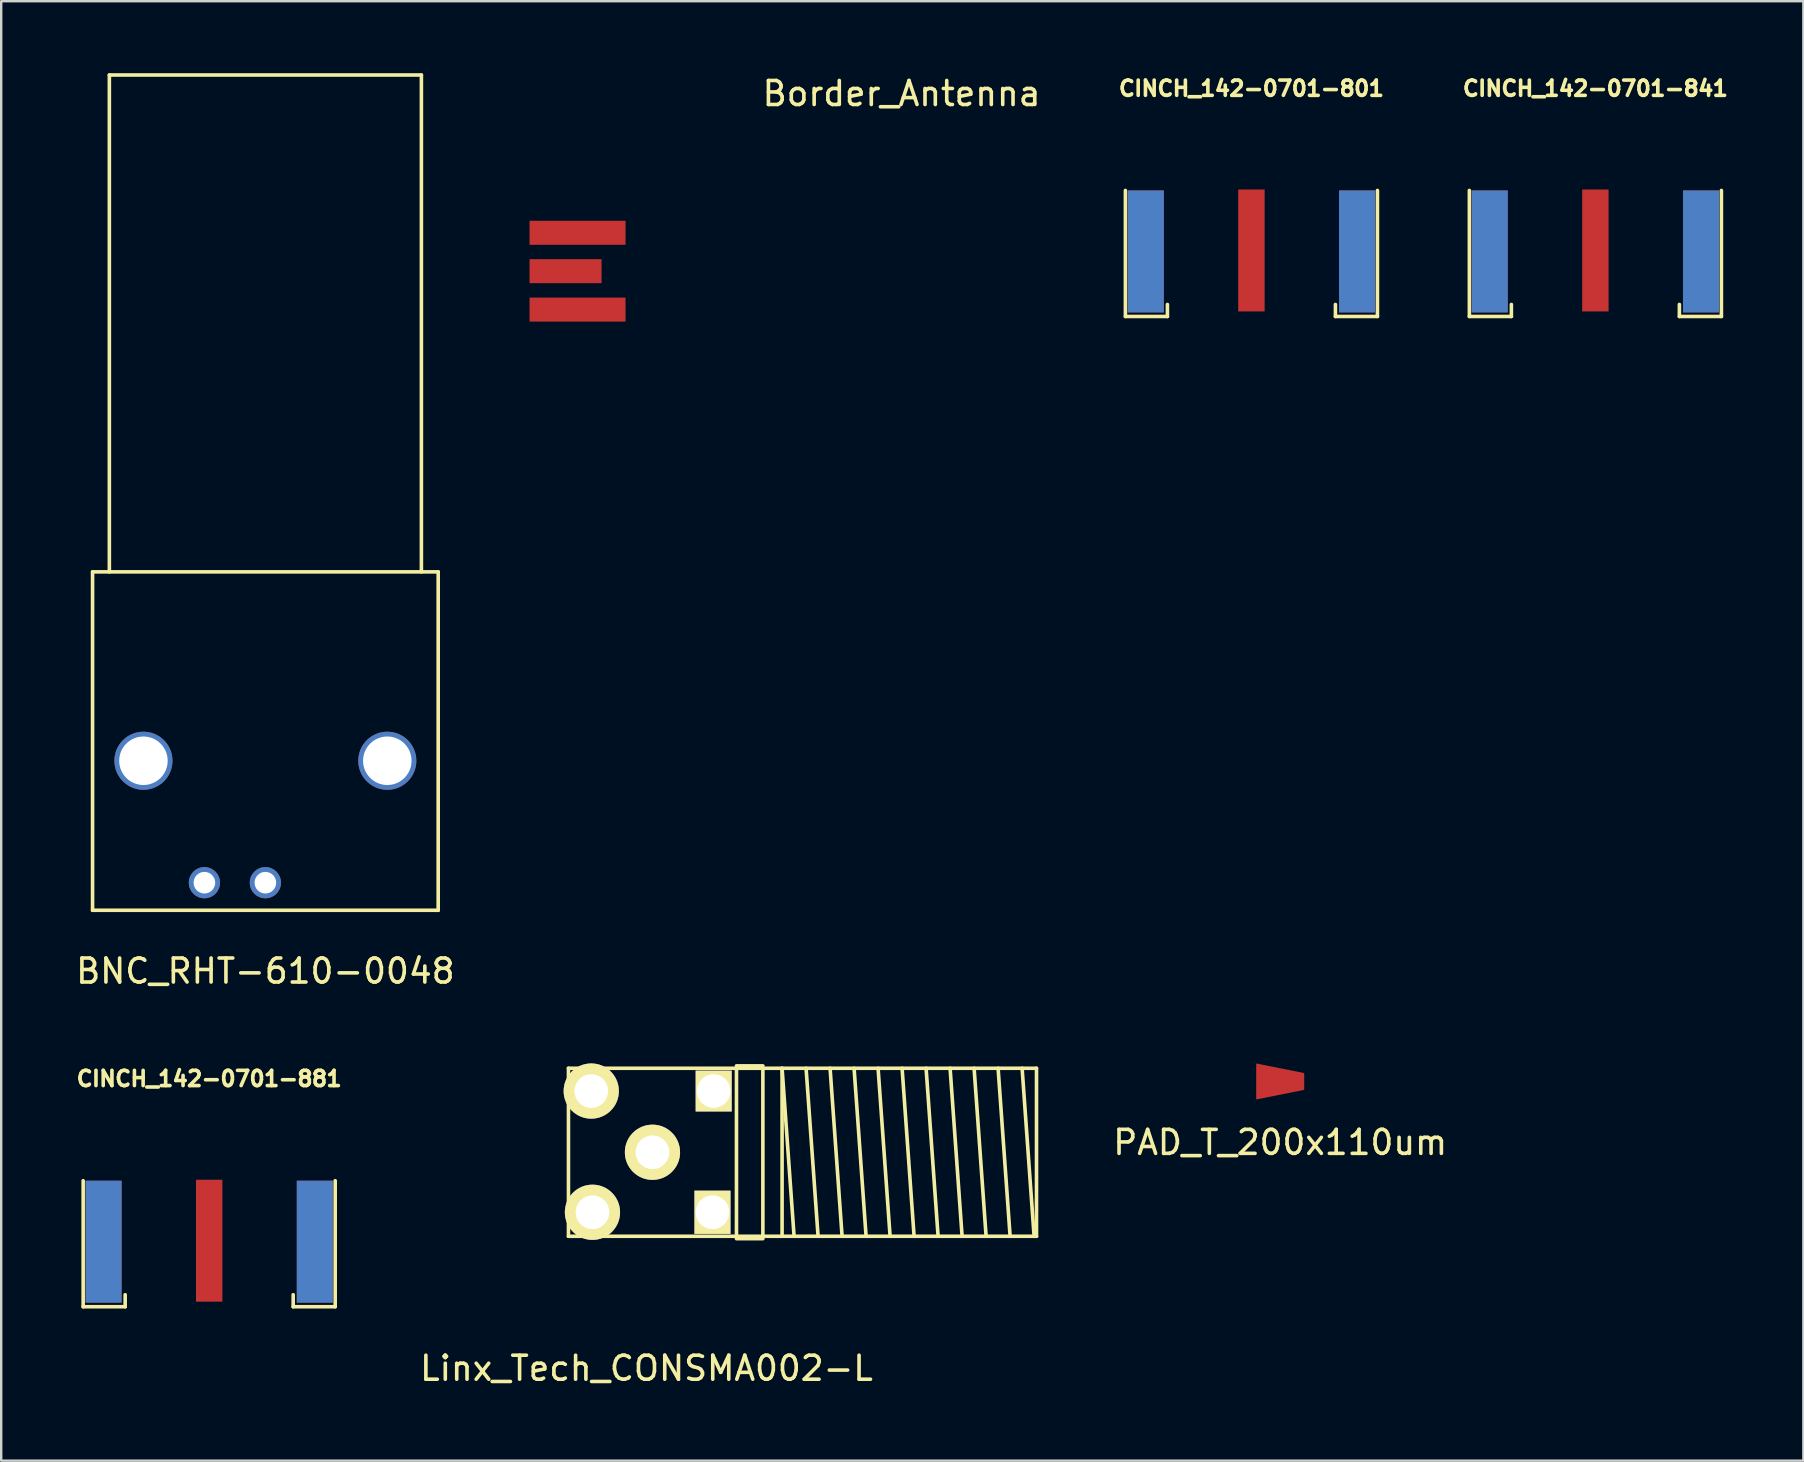
<source format=kicad_pcb>
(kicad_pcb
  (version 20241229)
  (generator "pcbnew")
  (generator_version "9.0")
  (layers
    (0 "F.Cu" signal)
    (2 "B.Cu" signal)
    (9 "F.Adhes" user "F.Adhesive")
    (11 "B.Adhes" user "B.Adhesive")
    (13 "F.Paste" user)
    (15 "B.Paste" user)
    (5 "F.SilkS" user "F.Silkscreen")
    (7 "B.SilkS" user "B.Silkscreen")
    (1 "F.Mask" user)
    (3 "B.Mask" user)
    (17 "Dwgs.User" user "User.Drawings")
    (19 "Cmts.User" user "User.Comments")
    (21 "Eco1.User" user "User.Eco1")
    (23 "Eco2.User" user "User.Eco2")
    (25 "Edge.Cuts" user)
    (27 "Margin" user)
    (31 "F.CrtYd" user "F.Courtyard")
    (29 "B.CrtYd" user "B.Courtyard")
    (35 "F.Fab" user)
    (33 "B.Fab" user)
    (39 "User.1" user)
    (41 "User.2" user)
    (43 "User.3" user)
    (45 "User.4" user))
  (footprint "CINCH_142-0701-801"
    (layer "F.Cu")
    (at 49.087 4.885)
    (property "Reference" "CINCH_142-0701-801" (at 0 -4.25 0) (layer "F.SilkS") (effects (font (size 0.635 0.635) (thickness 0.15))))
    (attr through_hole)
    (fp_line (start -5.25 5.25) (end -5.25 0) (stroke (width 0.15) (type solid)) (layer "F.SilkS"))
    (fp_line (start -5.25 5.25) (end -3.5 5.25) (stroke (width 0.15) (type solid)) (layer "F.SilkS"))
    (fp_line (start -3.5 5.25) (end -3.5 4.75) (stroke (width 0.15) (type solid)) (layer "F.SilkS"))
    (fp_line (start 3.5 4.75) (end 3.5 5.25) (stroke (width 0.15) (type solid)) (layer "F.SilkS"))
    (fp_line (start 3.5 5.25) (end 5.25 5.25) (stroke (width 0.15) (type solid)) (layer "F.SilkS"))
    (fp_line (start 5.25 5.25) (end 5.25 0) (stroke (width 0.15) (type solid)) (layer "F.SilkS"))
    (pad "1" smd rect (at 0 2.5) (size 1.1 5.08) (layers "F.Cu" "F.Mask" "F.Paste"))
    (pad "2" smd rect (at -4.4 2.54) (size 1.5 5.08) (layers "F.Cu" "F.Mask" "F.Paste"))
    (pad "2" smd rect (at -4.4 2.54) (size 1.5 5.08) (layers "B.Cu" "B.Mask" "B.Paste"))
    (pad "2" smd rect (at 4.4 2.54) (size 1.5 5.08) (layers "F.Cu" "F.Mask" "F.Paste"))
    (pad "2" smd rect (at 4.4 2.54) (size 1.5 5.08) (layers "B.Cu" "B.Mask" "B.Paste")))
  (footprint "BNC_RHT-610-0048"
    (layer "F.Cu")
    (at 8.006 33.725)
    (property "Reference" "BNC_RHT-610-0048" (at 0 3.683 0) (layer "F.SilkS") (effects (font (size 1 1) (thickness 0.15))))
    (attr through_hole)
    (fp_line (start -7.2 -12.95) (end 7.2 -12.95) (stroke (width 0.15) (type solid)) (layer "F.SilkS"))
    (fp_line (start -7.2 1.15) (end -7.2 -12.95) (stroke (width 0.15) (type solid)) (layer "F.SilkS"))
    (fp_line (start -7.2 1.15) (end 7.2 1.15) (stroke (width 0.15) (type solid)) (layer "F.SilkS"))
    (fp_line (start -6.5 -33.65) (end 6.5 -33.65) (stroke (width 0.15) (type solid)) (layer "F.SilkS"))
    (fp_line (start -6.5 -12.95) (end -6.5 -33.65) (stroke (width 0.15) (type solid)) (layer "F.SilkS"))
    (fp_line (start 6.5 -12.95) (end 6.5 -33.65) (stroke (width 0.15) (type solid)) (layer "F.SilkS"))
    (fp_line (start 7.2 1.15) (end 7.2 -12.95) (stroke (width 0.15) (type solid)) (layer "F.SilkS"))
    (pad "1" thru_hole circle (at 0 0) (size 1.3 1.3) (drill 0.9) (layers "*.Cu" "*.Mask"))
    (pad "2" thru_hole circle (at -2.54 0) (size 1.3 1.3) (drill 0.9) (layers "*.Cu" "*.Mask"))
    (pad "3" thru_hole circle (at -5.08 -5.08) (size 2.42 2.42) (drill 2.02) (layers "*.Cu" "*.Mask"))
    (pad "3" thru_hole circle (at 5.08 -5.08) (size 2.42 2.42) (drill 2.02) (layers "*.Cu" "*.Mask")))
  (footprint "Border_Antenna"
    (layer "F.Cu")
    (at 20.512 8.248)
    (property "Reference" "Border_Antenna" (at 14 -7.4 0) (layer "F.SilkS") (effects (font (size 1 1) (thickness 0.15))))
    (attr through_hole)
    (pad "1" smd rect (at 0 0) (size 3 1) (layers "F.Cu" "F.Mask" "F.Paste"))
    (pad "2" smd rect (at 0.5 -1.6) (size 4 1) (layers "F.Cu" "F.Mask" "F.Paste"))
    (pad "2" smd rect (at 0.5 1.6) (size 4 1) (layers "F.Cu" "F.Mask" "F.Paste")))
  (footprint "Linx_Tech_CONSMA002-L"
    (layer "F.Cu")
    (at 24.133 44.956)
    (property "Reference" "Linx_Tech_CONSMA002-L" (at -0.25 9 0) (layer "F.SilkS") (effects (font (size 1 1) (thickness 0.15))))
    (attr through_hole)
    (fp_line (start -3.5 -3.5) (end 3.5 -3.5) (stroke (width 0.15) (type solid)) (layer "F.SilkS"))
    (fp_line (start -3.5 3.5) (end -3.5 -3.5) (stroke (width 0.15) (type solid)) (layer "F.SilkS"))
    (fp_line (start -3.5 3.5) (end 3.5 3.5) (stroke (width 0.15) (type solid)) (layer "F.SilkS"))
    (fp_line (start 3.5 -3.6) (end 4.6 -3.6) (stroke (width 0.15) (type solid)) (layer "F.SilkS"))
    (fp_line (start 3.5 -3.5) (end 3.5 3.5) (stroke (width 0.15) (type solid)) (layer "F.SilkS"))
    (fp_line (start 3.5 -3.5) (end 4.6 -3.5) (stroke (width 0.15) (type solid)) (layer "F.SilkS"))
    (fp_line (start 3.5 3.5) (end 4.6 3.5) (stroke (width 0.15) (type solid)) (layer "F.SilkS"))
    (fp_line (start 3.5 3.6) (end 4.6 3.6) (stroke (width 0.15) (type solid)) (layer "F.SilkS"))
    (fp_line (start 4.6 -3.5) (end 4.6 3.5) (stroke (width 0.15) (type solid)) (layer "F.SilkS"))
    (fp_line (start 4.6 -3.5) (end 16 -3.5) (stroke (width 0.15) (type solid)) (layer "F.SilkS"))
    (fp_line (start 5.4 -3.5) (end 5.4 3.5) (stroke (width 0.15) (type solid)) (layer "F.SilkS"))
    (fp_line (start 5.4 -3.5) (end 5.9 3.5) (stroke (width 0.15) (type solid)) (layer "F.SilkS"))
    (fp_line (start 6.4 -3.5) (end 6.9 3.5) (stroke (width 0.15) (type solid)) (layer "F.SilkS"))
    (fp_line (start 7.4 -3.5) (end 7.9 3.5) (stroke (width 0.15) (type solid)) (layer "F.SilkS"))
    (fp_line (start 8.4 -3.5) (end 8.9 3.5) (stroke (width 0.15) (type solid)) (layer "F.SilkS"))
    (fp_line (start 9.4 -3.5) (end 9.9 3.5) (stroke (width 0.15) (type solid)) (layer "F.SilkS"))
    (fp_line (start 10.4 -3.5) (end 10.9 3.5) (stroke (width 0.15) (type solid)) (layer "F.SilkS"))
    (fp_line (start 11.4 -3.5) (end 11.9 3.5) (stroke (width 0.15) (type solid)) (layer "F.SilkS"))
    (fp_line (start 12.4 -3.5) (end 12.9 3.5) (stroke (width 0.15) (type solid)) (layer "F.SilkS"))
    (fp_line (start 13.4 -3.5) (end 13.9 3.5) (stroke (width 0.15) (type solid)) (layer "F.SilkS"))
    (fp_line (start 14.4 -3.5) (end 14.9 3.5) (stroke (width 0.15) (type solid)) (layer "F.SilkS"))
    (fp_line (start 15.4 -3.5) (end 15.9 3.5) (stroke (width 0.15) (type solid)) (layer "F.SilkS"))
    (fp_line (start 16 -3.5) (end 16 3.5) (stroke (width 0.15) (type solid)) (layer "F.SilkS"))
    (fp_line (start 16 3.5) (end 4.6 3.5) (stroke (width 0.15) (type solid)) (layer "F.SilkS"))
    (pad "1" thru_hole circle (at 0 0) (size 2.3 2.3) (drill 1.4) (layers "*.Cu" "*.Mask" "F.SilkS"))
    (pad "2" thru_hole circle (at -2.55 -2.55) (size 2.3 2.3) (drill 1.4) (layers "*.Cu" "*.Mask" "F.SilkS"))
    (pad "2" thru_hole circle (at -2.5 2.5) (size 2.3 2.3) (drill 1.4) (layers "*.Cu" "*.Mask" "F.SilkS"))
    (pad "2" thru_hole rect (at 2.5 2.5) (size 1.5 1.8) (drill 1.4) (layers "*.Cu" "*.Mask" "F.SilkS"))
    (pad "2" thru_hole rect (at 2.55 -2.55) (size 1.5 1.7) (drill 1.4) (layers "*.Cu" "*.Mask" "F.SilkS")))
  (footprint "PAD_T_200x110um"
    (layer "F.Cu")
    (at 50.286 42.006)
    (property "Reference" "PAD_T_200x110um" (at 0 2.54 0) (layer "F.SilkS") (effects (font (size 1 1) (thickness 0.15))))
    (attr through_hole)
    (pad "1" smd trapezoid (at 0 0) (size 2 1.1) (rect_delta 0.4 0) (layers "F.Cu" "F.Mask")))
  (footprint "CINCH_142-0701-881"
    (layer "F.Cu")
    (at 5.665 46.141)
    (property "Reference" "CINCH_142-0701-881" (at 0 -4.25 0) (layer "F.SilkS") (effects (font (size 0.635 0.635) (thickness 0.15))))
    (attr through_hole)
    (fp_line (start -5.25 5.25) (end -5.25 0) (stroke (width 0.15) (type solid)) (layer "F.SilkS"))
    (fp_line (start -5.25 5.25) (end -3.5 5.25) (stroke (width 0.15) (type solid)) (layer "F.SilkS"))
    (fp_line (start -3.5 5.25) (end -3.5 4.75) (stroke (width 0.15) (type solid)) (layer "F.SilkS"))
    (fp_line (start 3.5 4.75) (end 3.5 5.25) (stroke (width 0.15) (type solid)) (layer "F.SilkS"))
    (fp_line (start 3.5 5.25) (end 5.25 5.25) (stroke (width 0.15) (type solid)) (layer "F.SilkS"))
    (fp_line (start 5.25 5.25) (end 5.25 0) (stroke (width 0.15) (type solid)) (layer "F.SilkS"))
    (pad "1" smd rect (at 0 2.5) (size 1.1 5.08) (layers "F.Cu" "F.Mask" "F.Paste"))
    (pad "2" smd rect (at -4.4 2.54) (size 1.5 5.08) (layers "F.Cu" "F.Mask" "F.Paste"))
    (pad "2" smd rect (at -4.4 2.54) (size 1.5 5.08) (layers "B.Cu" "B.Mask" "B.Paste"))
    (pad "2" smd rect (at 4.4 2.54) (size 1.5 5.08) (layers "F.Cu" "F.Mask" "F.Paste"))
    (pad "2" smd rect (at 4.4 2.54) (size 1.5 5.08) (layers "B.Cu" "B.Mask" "B.Paste")))
  (footprint "CINCH_142-0701-841"
    (layer "F.Cu")
    (at 63.417 4.885)
    (property "Reference" "CINCH_142-0701-841" (at 0 -4.25 0) (layer "F.SilkS") (effects (font (size 0.635 0.635) (thickness 0.15))))
    (attr through_hole)
    (fp_line (start -5.25 5.25) (end -5.25 0) (stroke (width 0.15) (type solid)) (layer "F.SilkS"))
    (fp_line (start -5.25 5.25) (end -3.5 5.25) (stroke (width 0.15) (type solid)) (layer "F.SilkS"))
    (fp_line (start -3.5 5.25) (end -3.5 4.75) (stroke (width 0.15) (type solid)) (layer "F.SilkS"))
    (fp_line (start 3.5 4.75) (end 3.5 5.25) (stroke (width 0.15) (type solid)) (layer "F.SilkS"))
    (fp_line (start 3.5 5.25) (end 5.25 5.25) (stroke (width 0.15) (type solid)) (layer "F.SilkS"))
    (fp_line (start 5.25 5.25) (end 5.25 0) (stroke (width 0.15) (type solid)) (layer "F.SilkS"))
    (pad "1" smd rect (at 0 2.5) (size 1.1 5.08) (layers "F.Cu" "F.Mask" "F.Paste"))
    (pad "2" smd rect (at -4.4 2.54) (size 1.5 5.08) (layers "F.Cu" "F.Mask" "F.Paste"))
    (pad "2" smd rect (at -4.4 2.54) (size 1.5 5.08) (layers "B.Cu" "B.Mask" "B.Paste"))
    (pad "2" smd rect (at 4.4 2.54) (size 1.5 5.08) (layers "F.Cu" "F.Mask" "F.Paste"))
    (pad "2" smd rect (at 4.4 2.54) (size 1.5 5.08) (layers "B.Cu" "B.Mask" "B.Paste")))
  (gr_rect
    (start -3 -3)
    (end 72.082 57.804)
    (stroke (width 0.1) (type default))
    (fill no)
    (layer "Edge.Cuts")))
</source>
